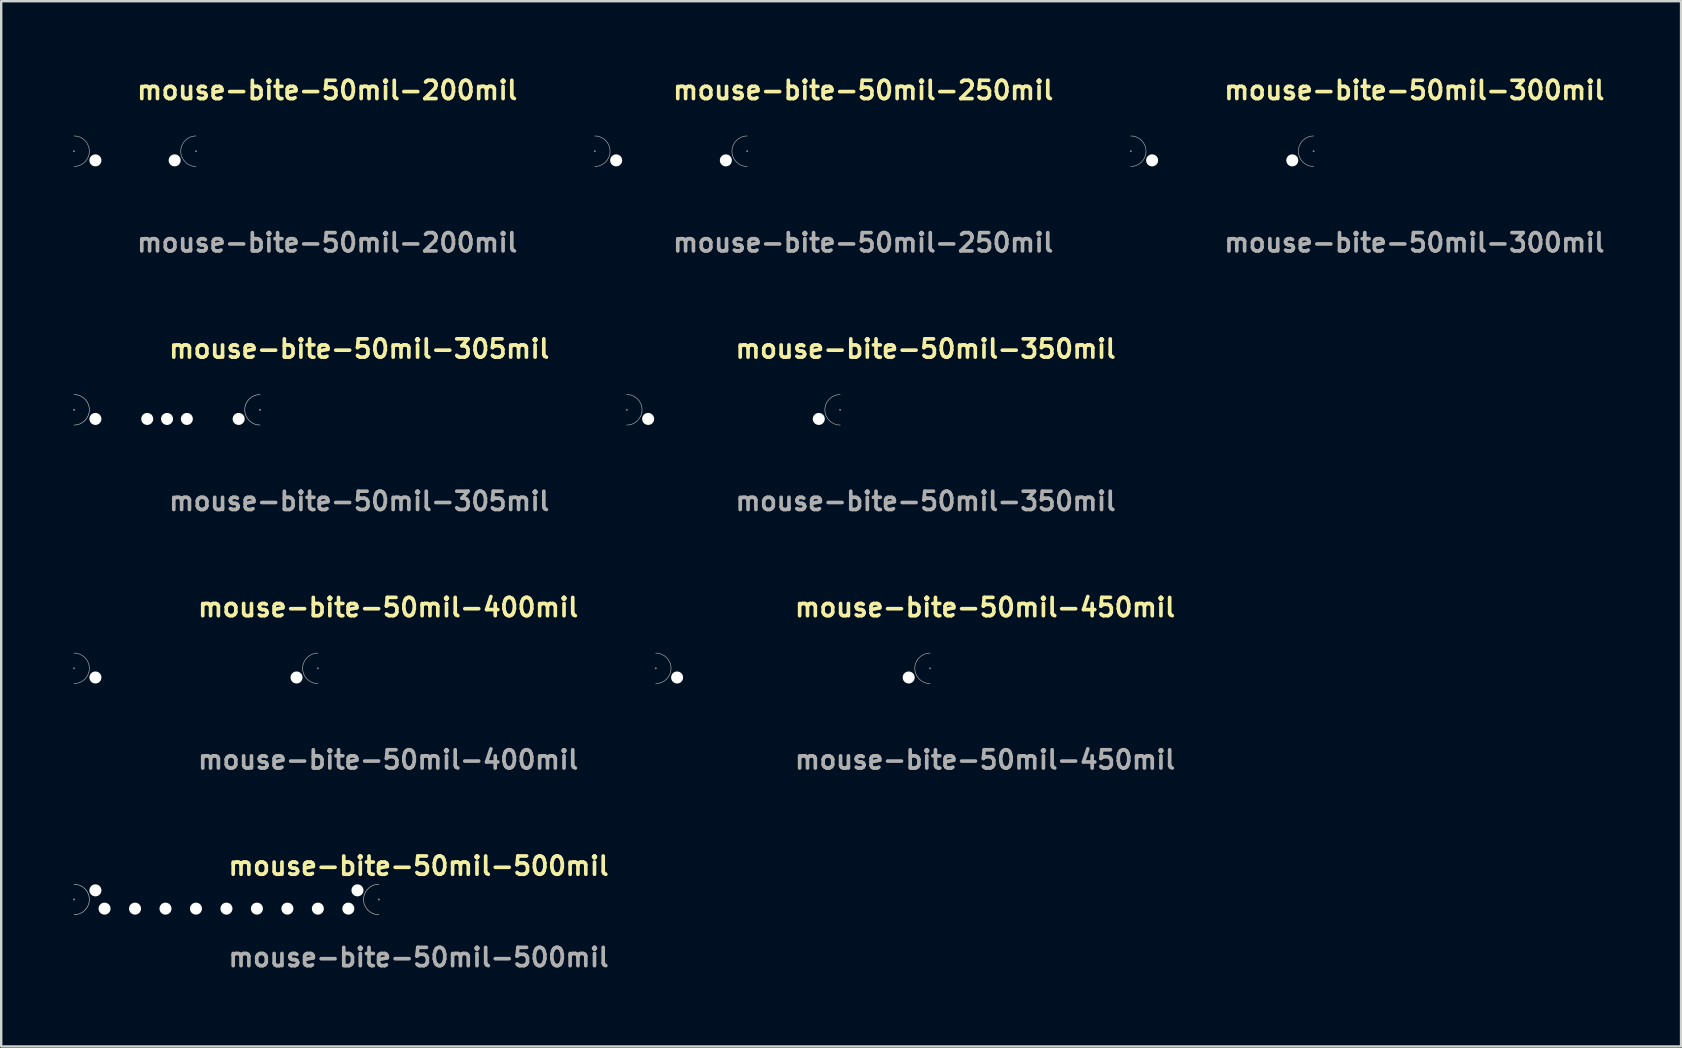
<source format=kicad_pcb>
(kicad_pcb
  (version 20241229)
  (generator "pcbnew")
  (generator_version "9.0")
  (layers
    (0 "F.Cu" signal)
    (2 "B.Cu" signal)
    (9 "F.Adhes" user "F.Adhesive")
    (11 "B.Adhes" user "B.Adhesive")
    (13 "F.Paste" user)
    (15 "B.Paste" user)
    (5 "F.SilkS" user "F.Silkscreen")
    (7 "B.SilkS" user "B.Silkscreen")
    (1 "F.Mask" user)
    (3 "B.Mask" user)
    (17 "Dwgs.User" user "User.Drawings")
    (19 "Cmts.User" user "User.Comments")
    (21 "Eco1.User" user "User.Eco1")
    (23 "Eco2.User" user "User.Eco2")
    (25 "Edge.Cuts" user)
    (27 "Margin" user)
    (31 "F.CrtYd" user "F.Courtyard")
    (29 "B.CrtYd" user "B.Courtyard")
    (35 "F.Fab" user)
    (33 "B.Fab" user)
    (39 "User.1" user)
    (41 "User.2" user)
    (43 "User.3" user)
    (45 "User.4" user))
  (footprint "mouse-bite-50mil-400mil"
    (layer "F.Cu")
    (at 5.118 24.806)
    (property "Reference" "mouse-bite-50mil-400mil" (at 0 -2.54 0) (unlocked yes) (layer "F.SilkS") (effects (font (size 0.762 0.762) (thickness 0.152) (bold yes)) (justify left)))
    (attr through_hole)
    (fp_arc (start -5.08 -0.635) (mid -4.445 0) (end -5.08 0.635) (stroke (width 0.0254) (type default)) (layer "F.Fab"))
    (fp_arc (start 5.08 0.635) (mid 4.445 0) (end 5.08 -0.635) (stroke (width 0.0254) (type default)) (layer "F.Fab"))
    (fp_circle (center -5.08 0) (end -5.055 0) (stroke (width 0.025) (type default)) (fill no) (layer "F.Fab"))
    (fp_circle (center 5.08 0) (end 5.105 0) (stroke (width 0.025) (type default)) (fill no) (layer "F.Fab"))
    (fp_text user "${REFERENCE}" (at 0 3.81 0) (unlocked yes) (layer "F.Fab") (effects (font (size 0.762 0.762) (thickness 0.152) (bold yes)) (justify left)))
    (pad "" np_thru_hole circle (at -4.191 0.381) (size 0.5 0.5) (drill 0.5) (layers "*.Cu" "*.Mask"))
    (pad "" np_thru_hole circle (at 4.191 0.381) (size 0.5 0.5) (drill 0.5) (layers "*.Cu" "*.Mask")))
  (footprint "mouse-bite-50mil-300mil"
    (layer "F.Cu")
    (at 47.89 3.253)
    (property "Reference" "mouse-bite-50mil-300mil" (at 0 -2.54 0) (unlocked yes) (layer "F.SilkS") (effects (font (size 0.762 0.762) (thickness 0.152) (bold yes)) (justify left)))
    (attr through_hole)
    (fp_arc (start -3.81 -0.635) (mid -3.175 0) (end -3.81 0.635) (stroke (width 0.0254) (type default)) (layer "F.Fab"))
    (fp_arc (start 3.81 0.635) (mid 3.175 0) (end 3.81 -0.635) (stroke (width 0.0254) (type default)) (layer "F.Fab"))
    (fp_circle (center -3.81 0) (end -3.785 0) (stroke (width 0.025) (type default)) (fill no) (layer "F.Fab"))
    (fp_circle (center 3.81 0) (end 3.835 0) (stroke (width 0.025) (type default)) (fill no) (layer "F.Fab"))
    (fp_text user "${REFERENCE}" (at 0 3.81 0) (unlocked yes) (layer "F.Fab") (effects (font (size 0.762 0.762) (thickness 0.152) (bold yes)) (justify left)))
    (pad "" np_thru_hole circle (at -2.921 0.381) (size 0.5 0.5) (drill 0.5) (layers "*.Cu" "*.Mask"))
    (pad "" np_thru_hole circle (at 2.921 0.381) (size 0.5 0.5) (drill 0.5) (layers "*.Cu" "*.Mask")))
  (footprint "mouse-bite-50mil-350mil"
    (layer "F.Cu")
    (at 27.52 14.03)
    (property "Reference" "mouse-bite-50mil-350mil" (at 0 -2.54 0) (unlocked yes) (layer "F.SilkS") (effects (font (size 0.762 0.762) (thickness 0.152) (bold yes)) (justify left)))
    (attr through_hole)
    (fp_arc (start -4.445 -0.635) (mid -3.81 0) (end -4.445 0.635) (stroke (width 0.0254) (type default)) (layer "F.Fab"))
    (fp_arc (start 4.445 0.635) (mid 3.81 0) (end 4.445 -0.635) (stroke (width 0.0254) (type default)) (layer "F.Fab"))
    (fp_circle (center -4.445 0) (end -4.42 0) (stroke (width 0.025) (type default)) (fill no) (layer "F.Fab"))
    (fp_circle (center 4.445 0) (end 4.47 0) (stroke (width 0.025) (type default)) (fill no) (layer "F.Fab"))
    (fp_text user "${REFERENCE}" (at 0 3.81 0) (unlocked yes) (layer "F.Fab") (effects (font (size 0.762 0.762) (thickness 0.152) (bold yes)) (justify left)))
    (pad "" np_thru_hole circle (at -3.556 0.381) (size 0.5 0.5) (drill 0.5) (layers "*.Cu" "*.Mask"))
    (pad "" np_thru_hole circle (at 3.556 0.381) (size 0.5 0.5) (drill 0.5) (layers "*.Cu" "*.Mask")))
  (footprint "mouse-bite-50mil-305mil"
    (layer "F.Cu")
    (at 3.912 14.03)
    (property "Reference" "mouse-bite-50mil-305mil" (at 0 -2.54 0) (unlocked yes) (layer "F.SilkS") (effects (font (size 0.762 0.762) (thickness 0.152) (bold yes)) (justify left)))
    (attr through_hole)
    (fp_arc (start -3.8735 -0.635) (mid -3.2385 0) (end -3.8735 0.635) (stroke (width 0.0254) (type default)) (layer "Dwgs.User"))
    (fp_arc (start 3.8735 0.635) (mid 3.2385 0) (end 3.8735 -0.635) (stroke (width 0.0254) (type default)) (layer "Dwgs.User"))
    (fp_circle (center -3.873 0) (end -3.848 0) (stroke (width 0.025) (type default)) (fill no) (layer "Dwgs.User"))
    (fp_circle (center 3.873 0) (end 3.899 0) (stroke (width 0.025) (type default)) (fill no) (layer "Dwgs.User"))
    (fp_text user "${REFERENCE}" (at 0 3.81 0) (unlocked yes) (layer "F.Fab") (effects (font (size 0.762 0.762) (thickness 0.152) (bold yes)) (justify left)))
    (pad "" np_thru_hole circle (at -2.985 0.381) (size 0.5 0.5) (drill 0.5) (layers "*.Cu" "*.Mask"))
    (pad "" np_thru_hole circle (at -0.826 0.381) (size 0.5 0.5) (drill 0.5) (layers "*.Cu" "*.Mask"))
    (pad "" np_thru_hole circle (at 0 0.381) (size 0.5 0.5) (drill 0.5) (layers "*.Cu" "*.Mask"))
    (pad "" np_thru_hole circle (at 0.826 0.381) (size 0.5 0.5) (drill 0.5) (layers "*.Cu" "*.Mask"))
    (pad "" np_thru_hole circle (at 2.985 0.381) (size 0.5 0.5) (drill 0.5) (layers "*.Cu" "*.Mask")))
  (footprint "mouse-bite-50mil-200mil"
    (layer "F.Cu")
    (at 2.578 3.253)
    (property "Reference" "mouse-bite-50mil-200mil" (at 0 -2.54 0) (unlocked yes) (layer "F.SilkS") (effects (font (size 0.762 0.762) (thickness 0.152) (bold yes)) (justify left)))
    (attr through_hole)
    (fp_arc (start -2.54 -0.635) (mid -1.905 0) (end -2.54 0.635) (stroke (width 0.0254) (type default)) (layer "F.Fab"))
    (fp_arc (start 2.54 0.635) (mid 1.905 0) (end 2.54 -0.635) (stroke (width 0.0254) (type default)) (layer "F.Fab"))
    (fp_circle (center -2.54 0) (end -2.515 0) (stroke (width 0.025) (type default)) (fill no) (layer "F.Fab"))
    (fp_circle (center 2.54 0) (end 2.565 0) (stroke (width 0.025) (type default)) (fill no) (layer "F.Fab"))
    (fp_text user "${REFERENCE}" (at 0 3.81 0) (unlocked yes) (layer "F.Fab") (effects (font (size 0.762 0.762) (thickness 0.152) (bold yes)) (justify left)))
    (pad "" np_thru_hole circle (at -1.651 0.381) (size 0.5 0.5) (drill 0.5) (layers "*.Cu" "*.Mask"))
    (pad "" np_thru_hole circle (at 1.651 0.381) (size 0.5 0.5) (drill 0.5) (layers "*.Cu" "*.Mask")))
  (footprint "mouse-bite-50mil-500mil"
    (layer "F.Cu")
    (at 6.388 34.313)
    (property "Reference" "mouse-bite-50mil-500mil" (at 0 -1.27 0) (unlocked yes) (layer "F.SilkS") (effects (font (size 0.762 0.762) (thickness 0.152) (bold yes)) (justify left)))
    (attr through_hole)
    (fp_arc (start -6.35 -0.508) (mid -5.715 0.127) (end -6.35 0.762) (stroke (width 0.0254) (type default)) (layer "Dwgs.User"))
    (fp_arc (start 6.35 0.762) (mid 5.715 0.127) (end 6.35 -0.508) (stroke (width 0.0254) (type default)) (layer "Dwgs.User"))
    (fp_circle (center -6.35 0.127) (end -6.325 0.127) (stroke (width 0.025) (type default)) (fill no) (layer "Dwgs.User"))
    (fp_circle (center 6.35 0.127) (end 6.375 0.127) (stroke (width 0.025) (type default)) (fill no) (layer "Dwgs.User"))
    (fp_text user "${REFERENCE}" (at 0 2.54 0) (unlocked yes) (layer "F.Fab") (effects (font (size 0.762 0.762) (thickness 0.152) (bold yes)) (justify left)))
    (pad "" np_thru_hole circle (at -5.461 -0.254) (size 0.5 0.5) (drill 0.5) (layers "*.Cu" "*.Mask"))
    (pad "" np_thru_hole circle (at -5.08 0.508) (size 0.5 0.5) (drill 0.5) (layers "*.Cu" "*.Mask"))
    (pad "" np_thru_hole circle (at -3.81 0.508) (size 0.5 0.5) (drill 0.5) (layers "*.Cu" "*.Mask"))
    (pad "" np_thru_hole circle (at -2.54 0.508) (size 0.5 0.5) (drill 0.5) (layers "*.Cu" "*.Mask"))
    (pad "" np_thru_hole circle (at -1.27 0.508) (size 0.5 0.5) (drill 0.5) (layers "*.Cu" "*.Mask"))
    (pad "" np_thru_hole circle (at 0 0.508) (size 0.5 0.5) (drill 0.5) (layers "*.Cu" "*.Mask"))
    (pad "" np_thru_hole circle (at 1.27 0.508) (size 0.5 0.5) (drill 0.5) (layers "*.Cu" "*.Mask"))
    (pad "" np_thru_hole circle (at 2.54 0.508) (size 0.5 0.5) (drill 0.5) (layers "*.Cu" "*.Mask"))
    (pad "" np_thru_hole circle (at 3.81 0.508) (size 0.5 0.5) (drill 0.5) (layers "*.Cu" "*.Mask"))
    (pad "" np_thru_hole circle (at 5.08 0.508) (size 0.5 0.5) (drill 0.5) (layers "*.Cu" "*.Mask"))
    (pad "" np_thru_hole circle (at 5.461 -0.254) (size 0.5 0.5) (drill 0.5) (layers "*.Cu" "*.Mask")))
  (footprint "mouse-bite-50mil-450mil"
    (layer "F.Cu")
    (at 29.997 24.806)
    (property "Reference" "mouse-bite-50mil-450mil" (at 0 -2.54 0) (unlocked yes) (layer "F.SilkS") (effects (font (size 0.762 0.762) (thickness 0.152) (bold yes)) (justify left)))
    (attr through_hole)
    (fp_arc (start -5.715 -0.635) (mid -5.08 0) (end -5.715 0.635) (stroke (width 0.0254) (type default)) (layer "F.Fab"))
    (fp_arc (start 5.715 0.635) (mid 5.08 0) (end 5.715 -0.635) (stroke (width 0.0254) (type default)) (layer "F.Fab"))
    (fp_circle (center -5.715 0) (end -5.69 0) (stroke (width 0.025) (type default)) (fill no) (layer "F.Fab"))
    (fp_circle (center 5.715 0) (end 5.74 0) (stroke (width 0.025) (type default)) (fill no) (layer "F.Fab"))
    (fp_text user "${REFERENCE}" (at 0 3.81 0) (unlocked yes) (layer "F.Fab") (effects (font (size 0.762 0.762) (thickness 0.152) (bold yes)) (justify left)))
    (pad "" np_thru_hole circle (at -4.826 0.381) (size 0.5 0.5) (drill 0.5) (layers "*.Cu" "*.Mask"))
    (pad "" np_thru_hole circle (at 4.826 0.381) (size 0.5 0.5) (drill 0.5) (layers "*.Cu" "*.Mask")))
  (footprint "mouse-bite-50mil-250mil"
    (layer "F.Cu")
    (at 24.917 3.253)
    (property "Reference" "mouse-bite-50mil-250mil" (at 0 -2.54 0) (unlocked yes) (layer "F.SilkS") (effects (font (size 0.762 0.762) (thickness 0.152) (bold yes)) (justify left)))
    (attr through_hole)
    (fp_arc (start -3.175 -0.635) (mid -2.54 0) (end -3.175 0.635) (stroke (width 0.0254) (type default)) (layer "F.Fab"))
    (fp_arc (start 3.175 0.635) (mid 2.54 0) (end 3.175 -0.635) (stroke (width 0.0254) (type default)) (layer "F.Fab"))
    (fp_circle (center -3.175 0) (end -3.15 0) (stroke (width 0.025) (type default)) (fill no) (layer "F.Fab"))
    (fp_circle (center 3.175 0) (end 3.2 0) (stroke (width 0.025) (type default)) (fill no) (layer "F.Fab"))
    (fp_text user "${REFERENCE}" (at 0 3.81 0) (unlocked yes) (layer "F.Fab") (effects (font (size 0.762 0.762) (thickness 0.152) (bold yes)) (justify left)))
    (pad "" np_thru_hole circle (at -2.286 0.381) (size 0.5 0.5) (drill 0.5) (layers "*.Cu" "*.Mask"))
    (pad "" np_thru_hole circle (at 2.286 0.381) (size 0.5 0.5) (drill 0.5) (layers "*.Cu" "*.Mask")))
  (gr_rect
    (start -3 -3)
    (end 67.015 40.566)
    (stroke (width 0.1) (type default))
    (fill no)
    (layer "Edge.Cuts")))
</source>
